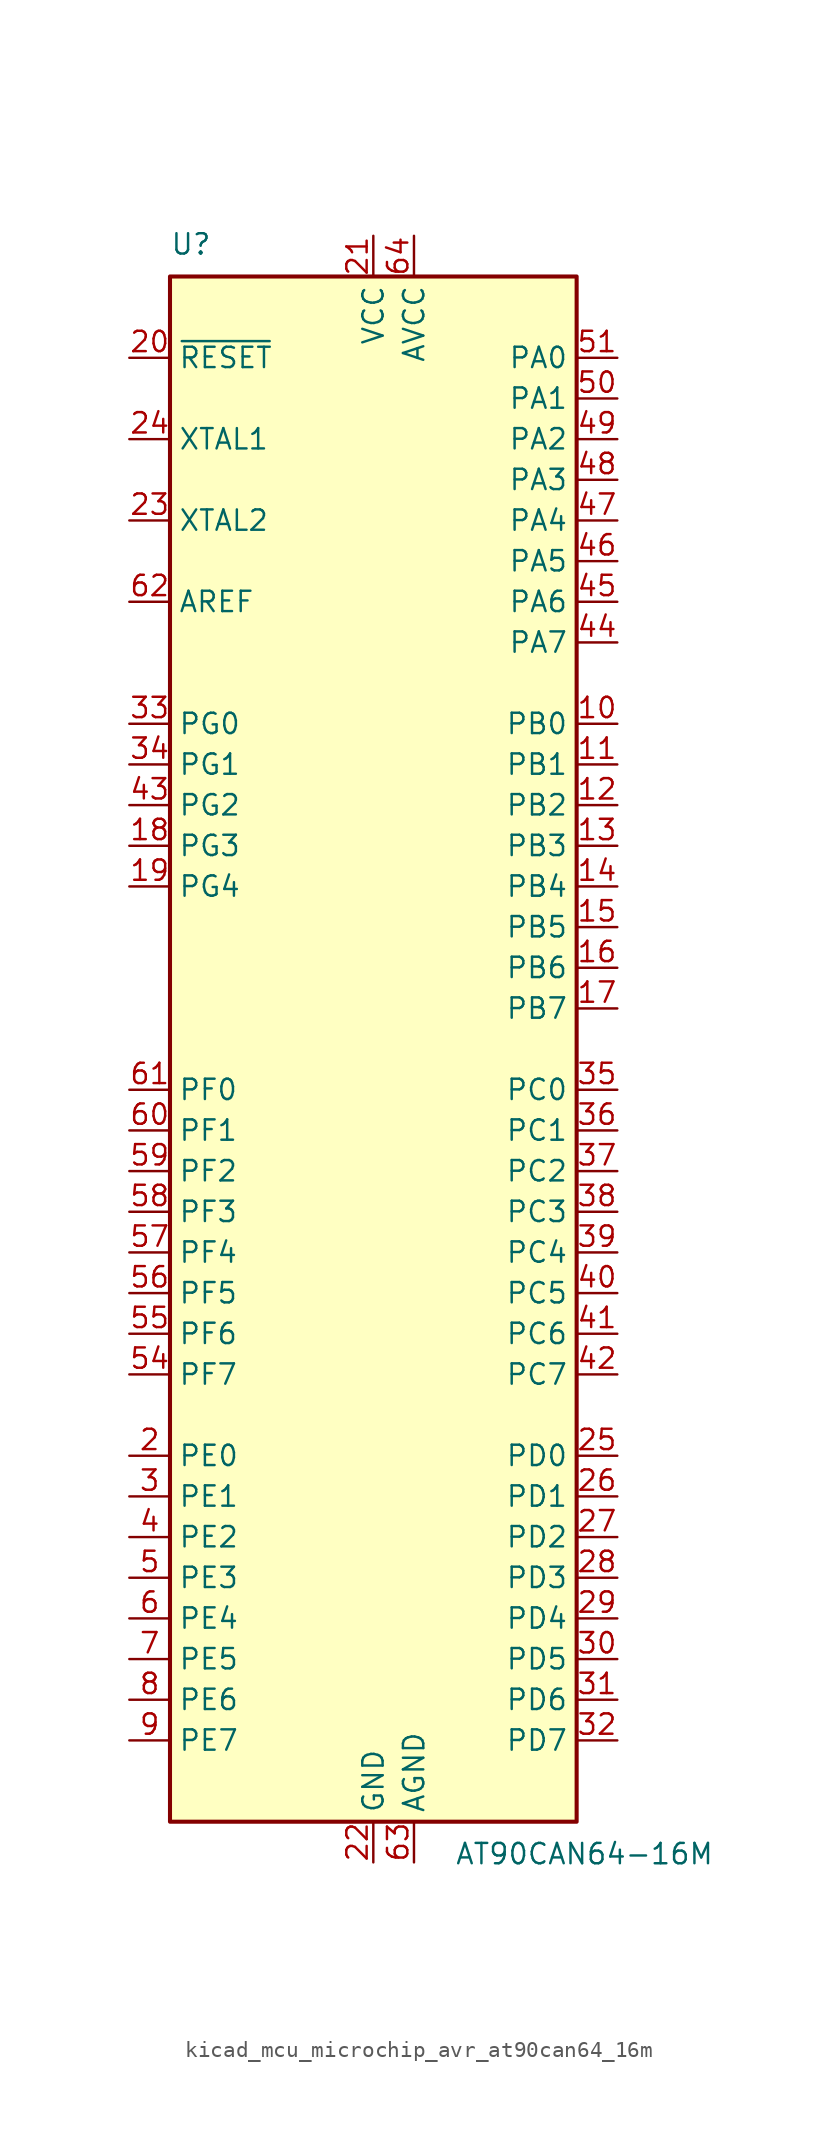
<source format=kicad_sym>
(kicad_symbol_lib
  (version 20220914)
  (generator kicad_symbol_editor)
  (symbol "kicad_mcu_microchip_avr_at90can64_16m"
    (property "Reference" "U"
      (at -12.7 49.53 0)
      (effects (font (size 1.27 1.27)) (justify left bottom)))
    (property "Value" "AT90CAN64-16M"
      (at 5.08 -49.53 0)
      (effects (font (size 1.27 1.27)) (justify left top)))
    (symbol "kicad_mcu_microchip_avr_at90can64_16m_0_1"
      (rectangle (start -12.7 -48.26) (end 12.7 48.26) (stroke (width 0.254) (type default)) (fill (type background))))
    (symbol "kicad_mcu_microchip_avr_at90can64_16m_1_1"
      (pin no_connect line (at -12.7 -45.72 0) (length 2.54) hide (name "NC" (effects (font (size 1.27 1.27)))) (number "1" (effects (font (size 1.27 1.27)))))
      (pin bidirectional line (at 15.24 20.32 180) (length 2.54) (name "PB0" (effects (font (size 1.27 1.27)))) (number "10" (effects (font (size 1.27 1.27)))))
      (pin bidirectional line (at 15.24 17.78 180) (length 2.54) (name "PB1" (effects (font (size 1.27 1.27)))) (number "11" (effects (font (size 1.27 1.27)))))
      (pin bidirectional line (at 15.24 15.24 180) (length 2.54) (name "PB2" (effects (font (size 1.27 1.27)))) (number "12" (effects (font (size 1.27 1.27)))))
      (pin bidirectional line (at 15.24 12.7 180) (length 2.54) (name "PB3" (effects (font (size 1.27 1.27)))) (number "13" (effects (font (size 1.27 1.27)))))
      (pin bidirectional line (at 15.24 10.16 180) (length 2.54) (name "PB4" (effects (font (size 1.27 1.27)))) (number "14" (effects (font (size 1.27 1.27)))))
      (pin bidirectional line (at 15.24 7.62 180) (length 2.54) (name "PB5" (effects (font (size 1.27 1.27)))) (number "15" (effects (font (size 1.27 1.27)))))
      (pin bidirectional line (at 15.24 5.08 180) (length 2.54) (name "PB6" (effects (font (size 1.27 1.27)))) (number "16" (effects (font (size 1.27 1.27)))))
      (pin bidirectional line (at 15.24 2.54 180) (length 2.54) (name "PB7" (effects (font (size 1.27 1.27)))) (number "17" (effects (font (size 1.27 1.27)))))
      (pin bidirectional line (at -15.24 12.7 0) (length 2.54) (name "PG3" (effects (font (size 1.27 1.27)))) (number "18" (effects (font (size 1.27 1.27)))))
      (pin bidirectional line (at -15.24 10.16 0) (length 2.54) (name "PG4" (effects (font (size 1.27 1.27)))) (number "19" (effects (font (size 1.27 1.27)))))
      (pin bidirectional line (at -15.24 -25.4 0) (length 2.54) (name "PE0" (effects (font (size 1.27 1.27)))) (number "2" (effects (font (size 1.27 1.27)))))
      (pin input line (at -15.24 43.18 0) (length 2.54) (name "~{RESET}" (effects (font (size 1.27 1.27)))) (number "20" (effects (font (size 1.27 1.27)))))
      (pin power_in line (at 0 50.8 270) (length 2.54) (name "VCC" (effects (font (size 1.27 1.27)))) (number "21" (effects (font (size 1.27 1.27)))))
      (pin power_in line (at 0 -50.8 90) (length 2.54) (name "GND" (effects (font (size 1.27 1.27)))) (number "22" (effects (font (size 1.27 1.27)))))
      (pin output line (at -15.24 33.02 0) (length 2.54) (name "XTAL2" (effects (font (size 1.27 1.27)))) (number "23" (effects (font (size 1.27 1.27)))))
      (pin input line (at -15.24 38.1 0) (length 2.54) (name "XTAL1" (effects (font (size 1.27 1.27)))) (number "24" (effects (font (size 1.27 1.27)))))
      (pin bidirectional line (at 15.24 -25.4 180) (length 2.54) (name "PD0" (effects (font (size 1.27 1.27)))) (number "25" (effects (font (size 1.27 1.27)))))
      (pin bidirectional line (at 15.24 -27.94 180) (length 2.54) (name "PD1" (effects (font (size 1.27 1.27)))) (number "26" (effects (font (size 1.27 1.27)))))
      (pin bidirectional line (at 15.24 -30.48 180) (length 2.54) (name "PD2" (effects (font (size 1.27 1.27)))) (number "27" (effects (font (size 1.27 1.27)))))
      (pin bidirectional line (at 15.24 -33.02 180) (length 2.54) (name "PD3" (effects (font (size 1.27 1.27)))) (number "28" (effects (font (size 1.27 1.27)))))
      (pin bidirectional line (at 15.24 -35.56 180) (length 2.54) (name "PD4" (effects (font (size 1.27 1.27)))) (number "29" (effects (font (size 1.27 1.27)))))
      (pin bidirectional line (at -15.24 -27.94 0) (length 2.54) (name "PE1" (effects (font (size 1.27 1.27)))) (number "3" (effects (font (size 1.27 1.27)))))
      (pin bidirectional line (at 15.24 -38.1 180) (length 2.54) (name "PD5" (effects (font (size 1.27 1.27)))) (number "30" (effects (font (size 1.27 1.27)))))
      (pin bidirectional line (at 15.24 -40.64 180) (length 2.54) (name "PD6" (effects (font (size 1.27 1.27)))) (number "31" (effects (font (size 1.27 1.27)))))
      (pin bidirectional line (at 15.24 -43.18 180) (length 2.54) (name "PD7" (effects (font (size 1.27 1.27)))) (number "32" (effects (font (size 1.27 1.27)))))
      (pin bidirectional line (at -15.24 20.32 0) (length 2.54) (name "PG0" (effects (font (size 1.27 1.27)))) (number "33" (effects (font (size 1.27 1.27)))))
      (pin bidirectional line (at -15.24 17.78 0) (length 2.54) (name "PG1" (effects (font (size 1.27 1.27)))) (number "34" (effects (font (size 1.27 1.27)))))
      (pin bidirectional line (at 15.24 -2.54 180) (length 2.54) (name "PC0" (effects (font (size 1.27 1.27)))) (number "35" (effects (font (size 1.27 1.27)))))
      (pin bidirectional line (at 15.24 -5.08 180) (length 2.54) (name "PC1" (effects (font (size 1.27 1.27)))) (number "36" (effects (font (size 1.27 1.27)))))
      (pin bidirectional line (at 15.24 -7.62 180) (length 2.54) (name "PC2" (effects (font (size 1.27 1.27)))) (number "37" (effects (font (size 1.27 1.27)))))
      (pin bidirectional line (at 15.24 -10.16 180) (length 2.54) (name "PC3" (effects (font (size 1.27 1.27)))) (number "38" (effects (font (size 1.27 1.27)))))
      (pin bidirectional line (at 15.24 -12.7 180) (length 2.54) (name "PC4" (effects (font (size 1.27 1.27)))) (number "39" (effects (font (size 1.27 1.27)))))
      (pin bidirectional line (at -15.24 -30.48 0) (length 2.54) (name "PE2" (effects (font (size 1.27 1.27)))) (number "4" (effects (font (size 1.27 1.27)))))
      (pin bidirectional line (at 15.24 -15.24 180) (length 2.54) (name "PC5" (effects (font (size 1.27 1.27)))) (number "40" (effects (font (size 1.27 1.27)))))
      (pin bidirectional line (at 15.24 -17.78 180) (length 2.54) (name "PC6" (effects (font (size 1.27 1.27)))) (number "41" (effects (font (size 1.27 1.27)))))
      (pin bidirectional line (at 15.24 -20.32 180) (length 2.54) (name "PC7" (effects (font (size 1.27 1.27)))) (number "42" (effects (font (size 1.27 1.27)))))
      (pin bidirectional line (at -15.24 15.24 0) (length 2.54) (name "PG2" (effects (font (size 1.27 1.27)))) (number "43" (effects (font (size 1.27 1.27)))))
      (pin bidirectional line (at 15.24 25.4 180) (length 2.54) (name "PA7" (effects (font (size 1.27 1.27)))) (number "44" (effects (font (size 1.27 1.27)))))
      (pin bidirectional line (at 15.24 27.94 180) (length 2.54) (name "PA6" (effects (font (size 1.27 1.27)))) (number "45" (effects (font (size 1.27 1.27)))))
      (pin bidirectional line (at 15.24 30.48 180) (length 2.54) (name "PA5" (effects (font (size 1.27 1.27)))) (number "46" (effects (font (size 1.27 1.27)))))
      (pin bidirectional line (at 15.24 33.02 180) (length 2.54) (name "PA4" (effects (font (size 1.27 1.27)))) (number "47" (effects (font (size 1.27 1.27)))))
      (pin bidirectional line (at 15.24 35.56 180) (length 2.54) (name "PA3" (effects (font (size 1.27 1.27)))) (number "48" (effects (font (size 1.27 1.27)))))
      (pin bidirectional line (at 15.24 38.1 180) (length 2.54) (name "PA2" (effects (font (size 1.27 1.27)))) (number "49" (effects (font (size 1.27 1.27)))))
      (pin bidirectional line (at -15.24 -33.02 0) (length 2.54) (name "PE3" (effects (font (size 1.27 1.27)))) (number "5" (effects (font (size 1.27 1.27)))))
      (pin bidirectional line (at 15.24 40.64 180) (length 2.54) (name "PA1" (effects (font (size 1.27 1.27)))) (number "50" (effects (font (size 1.27 1.27)))))
      (pin bidirectional line (at 15.24 43.18 180) (length 2.54) (name "PA0" (effects (font (size 1.27 1.27)))) (number "51" (effects (font (size 1.27 1.27)))))
      (pin passive line (at 0 50.8 270) (length 2.54) hide (name "VCC" (effects (font (size 1.27 1.27)))) (number "52" (effects (font (size 1.27 1.27)))))
      (pin passive line (at 0 -50.8 90) (length 2.54) hide (name "GND" (effects (font (size 1.27 1.27)))) (number "53" (effects (font (size 1.27 1.27)))))
      (pin bidirectional line (at -15.24 -20.32 0) (length 2.54) (name "PF7" (effects (font (size 1.27 1.27)))) (number "54" (effects (font (size 1.27 1.27)))))
      (pin bidirectional line (at -15.24 -17.78 0) (length 2.54) (name "PF6" (effects (font (size 1.27 1.27)))) (number "55" (effects (font (size 1.27 1.27)))))
      (pin bidirectional line (at -15.24 -15.24 0) (length 2.54) (name "PF5" (effects (font (size 1.27 1.27)))) (number "56" (effects (font (size 1.27 1.27)))))
      (pin bidirectional line (at -15.24 -12.7 0) (length 2.54) (name "PF4" (effects (font (size 1.27 1.27)))) (number "57" (effects (font (size 1.27 1.27)))))
      (pin bidirectional line (at -15.24 -10.16 0) (length 2.54) (name "PF3" (effects (font (size 1.27 1.27)))) (number "58" (effects (font (size 1.27 1.27)))))
      (pin bidirectional line (at -15.24 -7.62 0) (length 2.54) (name "PF2" (effects (font (size 1.27 1.27)))) (number "59" (effects (font (size 1.27 1.27)))))
      (pin bidirectional line (at -15.24 -35.56 0) (length 2.54) (name "PE4" (effects (font (size 1.27 1.27)))) (number "6" (effects (font (size 1.27 1.27)))))
      (pin bidirectional line (at -15.24 -5.08 0) (length 2.54) (name "PF1" (effects (font (size 1.27 1.27)))) (number "60" (effects (font (size 1.27 1.27)))))
      (pin bidirectional line (at -15.24 -2.54 0) (length 2.54) (name "PF0" (effects (font (size 1.27 1.27)))) (number "61" (effects (font (size 1.27 1.27)))))
      (pin passive line (at -15.24 27.94 0) (length 2.54) (name "AREF" (effects (font (size 1.27 1.27)))) (number "62" (effects (font (size 1.27 1.27)))))
      (pin power_in line (at 2.54 -50.8 90) (length 2.54) (name "AGND" (effects (font (size 1.27 1.27)))) (number "63" (effects (font (size 1.27 1.27)))))
      (pin power_in line (at 2.54 50.8 270) (length 2.54) (name "AVCC" (effects (font (size 1.27 1.27)))) (number "64" (effects (font (size 1.27 1.27)))))
      (pin passive line (at 0 -50.8 90) (length 2.54) hide (name "GND" (effects (font (size 1.27 1.27)))) (number "65" (effects (font (size 1.27 1.27)))))
      (pin bidirectional line (at -15.24 -38.1 0) (length 2.54) (name "PE5" (effects (font (size 1.27 1.27)))) (number "7" (effects (font (size 1.27 1.27)))))
      (pin bidirectional line (at -15.24 -40.64 0) (length 2.54) (name "PE6" (effects (font (size 1.27 1.27)))) (number "8" (effects (font (size 1.27 1.27)))))
      (pin bidirectional line (at -15.24 -43.18 0) (length 2.54) (name "PE7" (effects (font (size 1.27 1.27)))) (number "9" (effects (font (size 1.27 1.27))))))))
</source>
